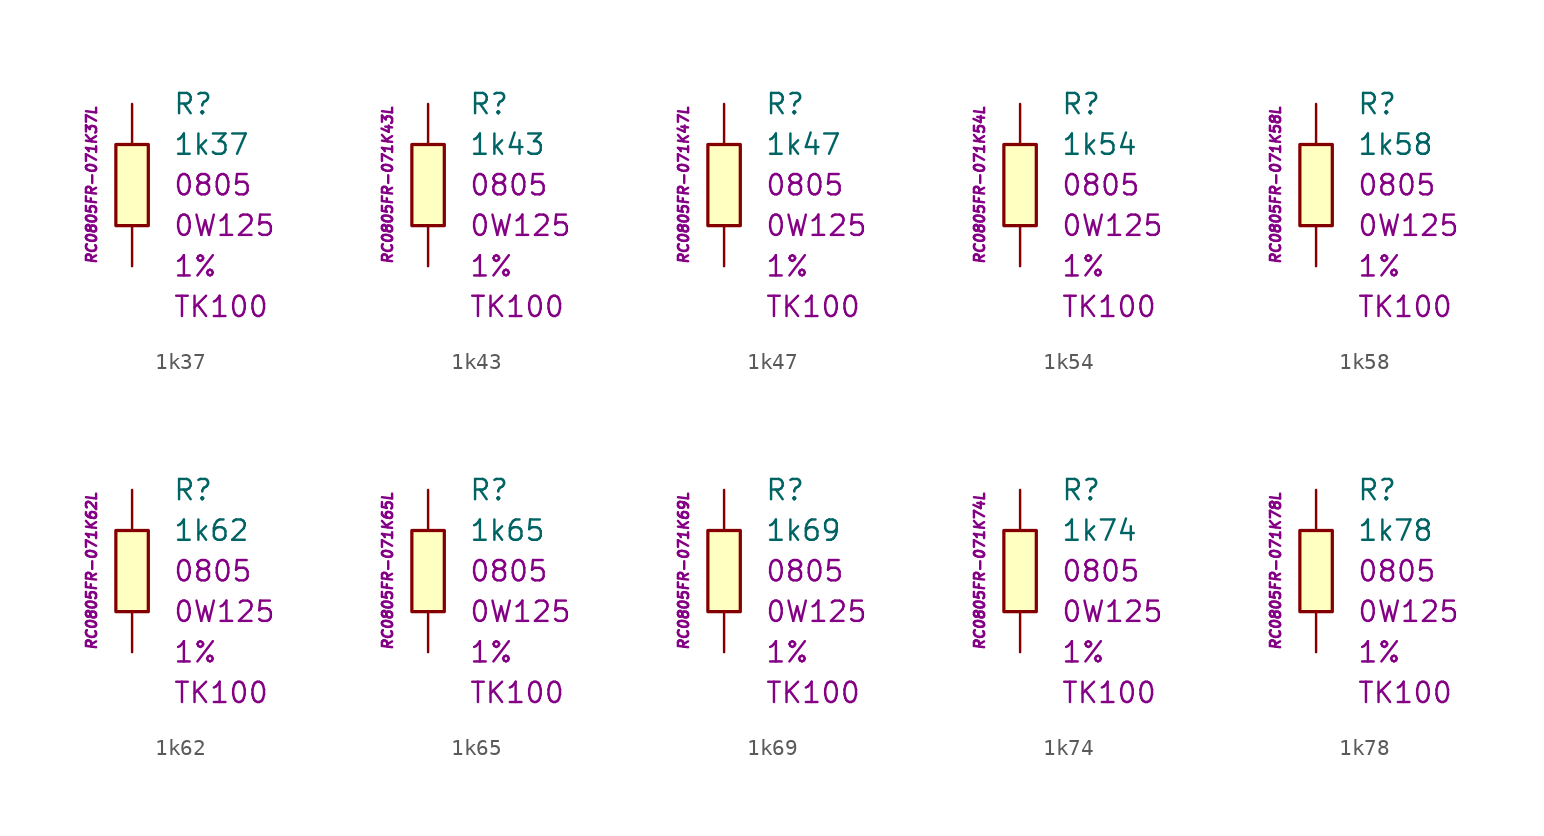
<source format=kicad_sym>
(kicad_symbol_lib
  (version 20201005)
  (generator kicad_symbol_editor)
  (symbol "1k37"
    (pin_numbers hide)
    (pin_names
      (offset 1.016) hide)
    (property "Reference" "R"
      (at 2.54 5.08 0)
      (effects (font (size 1.27 1.27)) (justify left)))
    (property "Value" "1k37"
      (at 2.54 2.54 0)
      (effects (font (size 1.27 1.27)) (justify left)))
    (property "Package" "0805"
      (at 2.54 0 0)
      (effects (font (size 1.27 1.27)) (justify left)))
    (property "Power" "0W125"
      (at 2.54 -2.54 0)
      (effects (font (size 1.27 1.27)) (justify left)))
    (property "Tolerance" "1%"
      (at 2.54 -5.08 0)
      (effects (font (size 1.27 1.27)) (justify left)))
    (property "TK" "TK100"
      (at 2.54 -7.62 0)
      (effects (font (size 1.27 1.27)) (justify left)))
    (property "ID" "RC0805FR-071K37L"
      (at -2.54 0 90)
      (effects (font (size 0.635 0.635) italic)))
    (symbol "1k37_0_1"
      (rectangle (start -1.016 2.54) (end 1.016 -2.54) (stroke (width 0.203)) (fill (type background))))
    (symbol "1k37_1_1"
      (pin passive line (at 0 5.08 270) (length 2.54) (name "~" (effects (font (size 1.778 1.778)))) (number "1" (effects (font (size 1.778 1.778)))))
      (pin passive line (at 0 -5.08 90) (length 2.54) (name "~" (effects (font (size 1.778 1.778)))) (number "2" (effects (font (size 1.778 1.778)))))))
  (symbol "1k43"
    (pin_numbers hide)
    (pin_names
      (offset 1.016) hide)
    (property "Reference" "R"
      (at 2.54 5.08 0)
      (effects (font (size 1.27 1.27)) (justify left)))
    (property "Value" "1k43"
      (at 2.54 2.54 0)
      (effects (font (size 1.27 1.27)) (justify left)))
    (property "Package" "0805"
      (at 2.54 0 0)
      (effects (font (size 1.27 1.27)) (justify left)))
    (property "Power" "0W125"
      (at 2.54 -2.54 0)
      (effects (font (size 1.27 1.27)) (justify left)))
    (property "Tolerance" "1%"
      (at 2.54 -5.08 0)
      (effects (font (size 1.27 1.27)) (justify left)))
    (property "TK" "TK100"
      (at 2.54 -7.62 0)
      (effects (font (size 1.27 1.27)) (justify left)))
    (property "ID" "RC0805FR-071K43L"
      (at -2.54 0 90)
      (effects (font (size 0.635 0.635) italic)))
    (symbol "1k43_0_1"
      (rectangle (start -1.016 2.54) (end 1.016 -2.54) (stroke (width 0.203)) (fill (type background))))
    (symbol "1k43_1_1"
      (pin passive line (at 0 5.08 270) (length 2.54) (name "~" (effects (font (size 1.778 1.778)))) (number "1" (effects (font (size 1.778 1.778)))))
      (pin passive line (at 0 -5.08 90) (length 2.54) (name "~" (effects (font (size 1.778 1.778)))) (number "2" (effects (font (size 1.778 1.778)))))))
  (symbol "1k47"
    (pin_numbers hide)
    (pin_names
      (offset 1.016) hide)
    (property "Reference" "R"
      (at 2.54 5.08 0)
      (effects (font (size 1.27 1.27)) (justify left)))
    (property "Value" "1k47"
      (at 2.54 2.54 0)
      (effects (font (size 1.27 1.27)) (justify left)))
    (property "Package" "0805"
      (at 2.54 0 0)
      (effects (font (size 1.27 1.27)) (justify left)))
    (property "Power" "0W125"
      (at 2.54 -2.54 0)
      (effects (font (size 1.27 1.27)) (justify left)))
    (property "Tolerance" "1%"
      (at 2.54 -5.08 0)
      (effects (font (size 1.27 1.27)) (justify left)))
    (property "TK" "TK100"
      (at 2.54 -7.62 0)
      (effects (font (size 1.27 1.27)) (justify left)))
    (property "ID" "RC0805FR-071K47L"
      (at -2.54 0 90)
      (effects (font (size 0.635 0.635) italic)))
    (symbol "1k47_0_1"
      (rectangle (start -1.016 2.54) (end 1.016 -2.54) (stroke (width 0.203)) (fill (type background))))
    (symbol "1k47_1_1"
      (pin passive line (at 0 5.08 270) (length 2.54) (name "~" (effects (font (size 1.778 1.778)))) (number "1" (effects (font (size 1.778 1.778)))))
      (pin passive line (at 0 -5.08 90) (length 2.54) (name "~" (effects (font (size 1.778 1.778)))) (number "2" (effects (font (size 1.778 1.778)))))))
  (symbol "1k54"
    (pin_numbers hide)
    (pin_names
      (offset 1.016) hide)
    (property "Reference" "R"
      (at 2.54 5.08 0)
      (effects (font (size 1.27 1.27)) (justify left)))
    (property "Value" "1k54"
      (at 2.54 2.54 0)
      (effects (font (size 1.27 1.27)) (justify left)))
    (property "Package" "0805"
      (at 2.54 0 0)
      (effects (font (size 1.27 1.27)) (justify left)))
    (property "Power" "0W125"
      (at 2.54 -2.54 0)
      (effects (font (size 1.27 1.27)) (justify left)))
    (property "Tolerance" "1%"
      (at 2.54 -5.08 0)
      (effects (font (size 1.27 1.27)) (justify left)))
    (property "TK" "TK100"
      (at 2.54 -7.62 0)
      (effects (font (size 1.27 1.27)) (justify left)))
    (property "ID" "RC0805FR-071K54L"
      (at -2.54 0 90)
      (effects (font (size 0.635 0.635) italic)))
    (symbol "1k54_0_1"
      (rectangle (start -1.016 2.54) (end 1.016 -2.54) (stroke (width 0.203)) (fill (type background))))
    (symbol "1k54_1_1"
      (pin passive line (at 0 5.08 270) (length 2.54) (name "~" (effects (font (size 1.778 1.778)))) (number "1" (effects (font (size 1.778 1.778)))))
      (pin passive line (at 0 -5.08 90) (length 2.54) (name "~" (effects (font (size 1.778 1.778)))) (number "2" (effects (font (size 1.778 1.778)))))))
  (symbol "1k58"
    (pin_numbers hide)
    (pin_names
      (offset 1.016) hide)
    (property "Reference" "R"
      (at 2.54 5.08 0)
      (effects (font (size 1.27 1.27)) (justify left)))
    (property "Value" "1k58"
      (at 2.54 2.54 0)
      (effects (font (size 1.27 1.27)) (justify left)))
    (property "Package" "0805"
      (at 2.54 0 0)
      (effects (font (size 1.27 1.27)) (justify left)))
    (property "Power" "0W125"
      (at 2.54 -2.54 0)
      (effects (font (size 1.27 1.27)) (justify left)))
    (property "Tolerance" "1%"
      (at 2.54 -5.08 0)
      (effects (font (size 1.27 1.27)) (justify left)))
    (property "TK" "TK100"
      (at 2.54 -7.62 0)
      (effects (font (size 1.27 1.27)) (justify left)))
    (property "ID" "RC0805FR-071K58L"
      (at -2.54 0 90)
      (effects (font (size 0.635 0.635) italic)))
    (symbol "1k58_0_1"
      (rectangle (start -1.016 2.54) (end 1.016 -2.54) (stroke (width 0.203)) (fill (type background))))
    (symbol "1k58_1_1"
      (pin passive line (at 0 5.08 270) (length 2.54) (name "~" (effects (font (size 1.778 1.778)))) (number "1" (effects (font (size 1.778 1.778)))))
      (pin passive line (at 0 -5.08 90) (length 2.54) (name "~" (effects (font (size 1.778 1.778)))) (number "2" (effects (font (size 1.778 1.778)))))))
  (symbol "1k62"
    (pin_numbers hide)
    (pin_names
      (offset 1.016) hide)
    (property "Reference" "R"
      (at 2.54 5.08 0)
      (effects (font (size 1.27 1.27)) (justify left)))
    (property "Value" "1k62"
      (at 2.54 2.54 0)
      (effects (font (size 1.27 1.27)) (justify left)))
    (property "Package" "0805"
      (at 2.54 0 0)
      (effects (font (size 1.27 1.27)) (justify left)))
    (property "Power" "0W125"
      (at 2.54 -2.54 0)
      (effects (font (size 1.27 1.27)) (justify left)))
    (property "Tolerance" "1%"
      (at 2.54 -5.08 0)
      (effects (font (size 1.27 1.27)) (justify left)))
    (property "TK" "TK100"
      (at 2.54 -7.62 0)
      (effects (font (size 1.27 1.27)) (justify left)))
    (property "ID" "RC0805FR-071K62L"
      (at -2.54 0 90)
      (effects (font (size 0.635 0.635) italic)))
    (symbol "1k62_0_1"
      (rectangle (start -1.016 2.54) (end 1.016 -2.54) (stroke (width 0.203)) (fill (type background))))
    (symbol "1k62_1_1"
      (pin passive line (at 0 5.08 270) (length 2.54) (name "~" (effects (font (size 1.778 1.778)))) (number "1" (effects (font (size 1.778 1.778)))))
      (pin passive line (at 0 -5.08 90) (length 2.54) (name "~" (effects (font (size 1.778 1.778)))) (number "2" (effects (font (size 1.778 1.778)))))))
  (symbol "1k65"
    (pin_numbers hide)
    (pin_names
      (offset 1.016) hide)
    (property "Reference" "R"
      (at 2.54 5.08 0)
      (effects (font (size 1.27 1.27)) (justify left)))
    (property "Value" "1k65"
      (at 2.54 2.54 0)
      (effects (font (size 1.27 1.27)) (justify left)))
    (property "Package" "0805"
      (at 2.54 0 0)
      (effects (font (size 1.27 1.27)) (justify left)))
    (property "Power" "0W125"
      (at 2.54 -2.54 0)
      (effects (font (size 1.27 1.27)) (justify left)))
    (property "Tolerance" "1%"
      (at 2.54 -5.08 0)
      (effects (font (size 1.27 1.27)) (justify left)))
    (property "TK" "TK100"
      (at 2.54 -7.62 0)
      (effects (font (size 1.27 1.27)) (justify left)))
    (property "ID" "RC0805FR-071K65L"
      (at -2.54 0 90)
      (effects (font (size 0.635 0.635) italic)))
    (symbol "1k65_0_1"
      (rectangle (start -1.016 2.54) (end 1.016 -2.54) (stroke (width 0.203)) (fill (type background))))
    (symbol "1k65_1_1"
      (pin passive line (at 0 5.08 270) (length 2.54) (name "~" (effects (font (size 1.778 1.778)))) (number "1" (effects (font (size 1.778 1.778)))))
      (pin passive line (at 0 -5.08 90) (length 2.54) (name "~" (effects (font (size 1.778 1.778)))) (number "2" (effects (font (size 1.778 1.778)))))))
  (symbol "1k69"
    (pin_numbers hide)
    (pin_names
      (offset 1.016) hide)
    (property "Reference" "R"
      (at 2.54 5.08 0)
      (effects (font (size 1.27 1.27)) (justify left)))
    (property "Value" "1k69"
      (at 2.54 2.54 0)
      (effects (font (size 1.27 1.27)) (justify left)))
    (property "Package" "0805"
      (at 2.54 0 0)
      (effects (font (size 1.27 1.27)) (justify left)))
    (property "Power" "0W125"
      (at 2.54 -2.54 0)
      (effects (font (size 1.27 1.27)) (justify left)))
    (property "Tolerance" "1%"
      (at 2.54 -5.08 0)
      (effects (font (size 1.27 1.27)) (justify left)))
    (property "TK" "TK100"
      (at 2.54 -7.62 0)
      (effects (font (size 1.27 1.27)) (justify left)))
    (property "ID" "RC0805FR-071K69L"
      (at -2.54 0 90)
      (effects (font (size 0.635 0.635) italic)))
    (symbol "1k69_0_1"
      (rectangle (start -1.016 2.54) (end 1.016 -2.54) (stroke (width 0.203)) (fill (type background))))
    (symbol "1k69_1_1"
      (pin passive line (at 0 5.08 270) (length 2.54) (name "~" (effects (font (size 1.778 1.778)))) (number "1" (effects (font (size 1.778 1.778)))))
      (pin passive line (at 0 -5.08 90) (length 2.54) (name "~" (effects (font (size 1.778 1.778)))) (number "2" (effects (font (size 1.778 1.778)))))))
  (symbol "1k74"
    (pin_numbers hide)
    (pin_names
      (offset 1.016) hide)
    (property "Reference" "R"
      (at 2.54 5.08 0)
      (effects (font (size 1.27 1.27)) (justify left)))
    (property "Value" "1k74"
      (at 2.54 2.54 0)
      (effects (font (size 1.27 1.27)) (justify left)))
    (property "Package" "0805"
      (at 2.54 0 0)
      (effects (font (size 1.27 1.27)) (justify left)))
    (property "Power" "0W125"
      (at 2.54 -2.54 0)
      (effects (font (size 1.27 1.27)) (justify left)))
    (property "Tolerance" "1%"
      (at 2.54 -5.08 0)
      (effects (font (size 1.27 1.27)) (justify left)))
    (property "TK" "TK100"
      (at 2.54 -7.62 0)
      (effects (font (size 1.27 1.27)) (justify left)))
    (property "ID" "RC0805FR-071K74L"
      (at -2.54 0 90)
      (effects (font (size 0.635 0.635) italic)))
    (symbol "1k74_0_1"
      (rectangle (start -1.016 2.54) (end 1.016 -2.54) (stroke (width 0.203)) (fill (type background))))
    (symbol "1k74_1_1"
      (pin passive line (at 0 5.08 270) (length 2.54) (name "~" (effects (font (size 1.778 1.778)))) (number "1" (effects (font (size 1.778 1.778)))))
      (pin passive line (at 0 -5.08 90) (length 2.54) (name "~" (effects (font (size 1.778 1.778)))) (number "2" (effects (font (size 1.778 1.778)))))))
  (symbol "1k78"
    (pin_numbers hide)
    (pin_names
      (offset 1.016) hide)
    (property "Reference" "R"
      (at 2.54 5.08 0)
      (effects (font (size 1.27 1.27)) (justify left)))
    (property "Value" "1k78"
      (at 2.54 2.54 0)
      (effects (font (size 1.27 1.27)) (justify left)))
    (property "Package" "0805"
      (at 2.54 0 0)
      (effects (font (size 1.27 1.27)) (justify left)))
    (property "Power" "0W125"
      (at 2.54 -2.54 0)
      (effects (font (size 1.27 1.27)) (justify left)))
    (property "Tolerance" "1%"
      (at 2.54 -5.08 0)
      (effects (font (size 1.27 1.27)) (justify left)))
    (property "TK" "TK100"
      (at 2.54 -7.62 0)
      (effects (font (size 1.27 1.27)) (justify left)))
    (property "ID" "RC0805FR-071K78L"
      (at -2.54 0 90)
      (effects (font (size 0.635 0.635) italic)))
    (symbol "1k78_0_1"
      (rectangle (start -1.016 2.54) (end 1.016 -2.54) (stroke (width 0.203)) (fill (type background))))
    (symbol "1k78_1_1"
      (pin passive line (at 0 5.08 270) (length 2.54) (name "~" (effects (font (size 1.778 1.778)))) (number "1" (effects (font (size 1.778 1.778)))))
      (pin passive line (at 0 -5.08 90) (length 2.54) (name "~" (effects (font (size 1.778 1.778)))) (number "2" (effects (font (size 1.778 1.778))))))))
</source>
